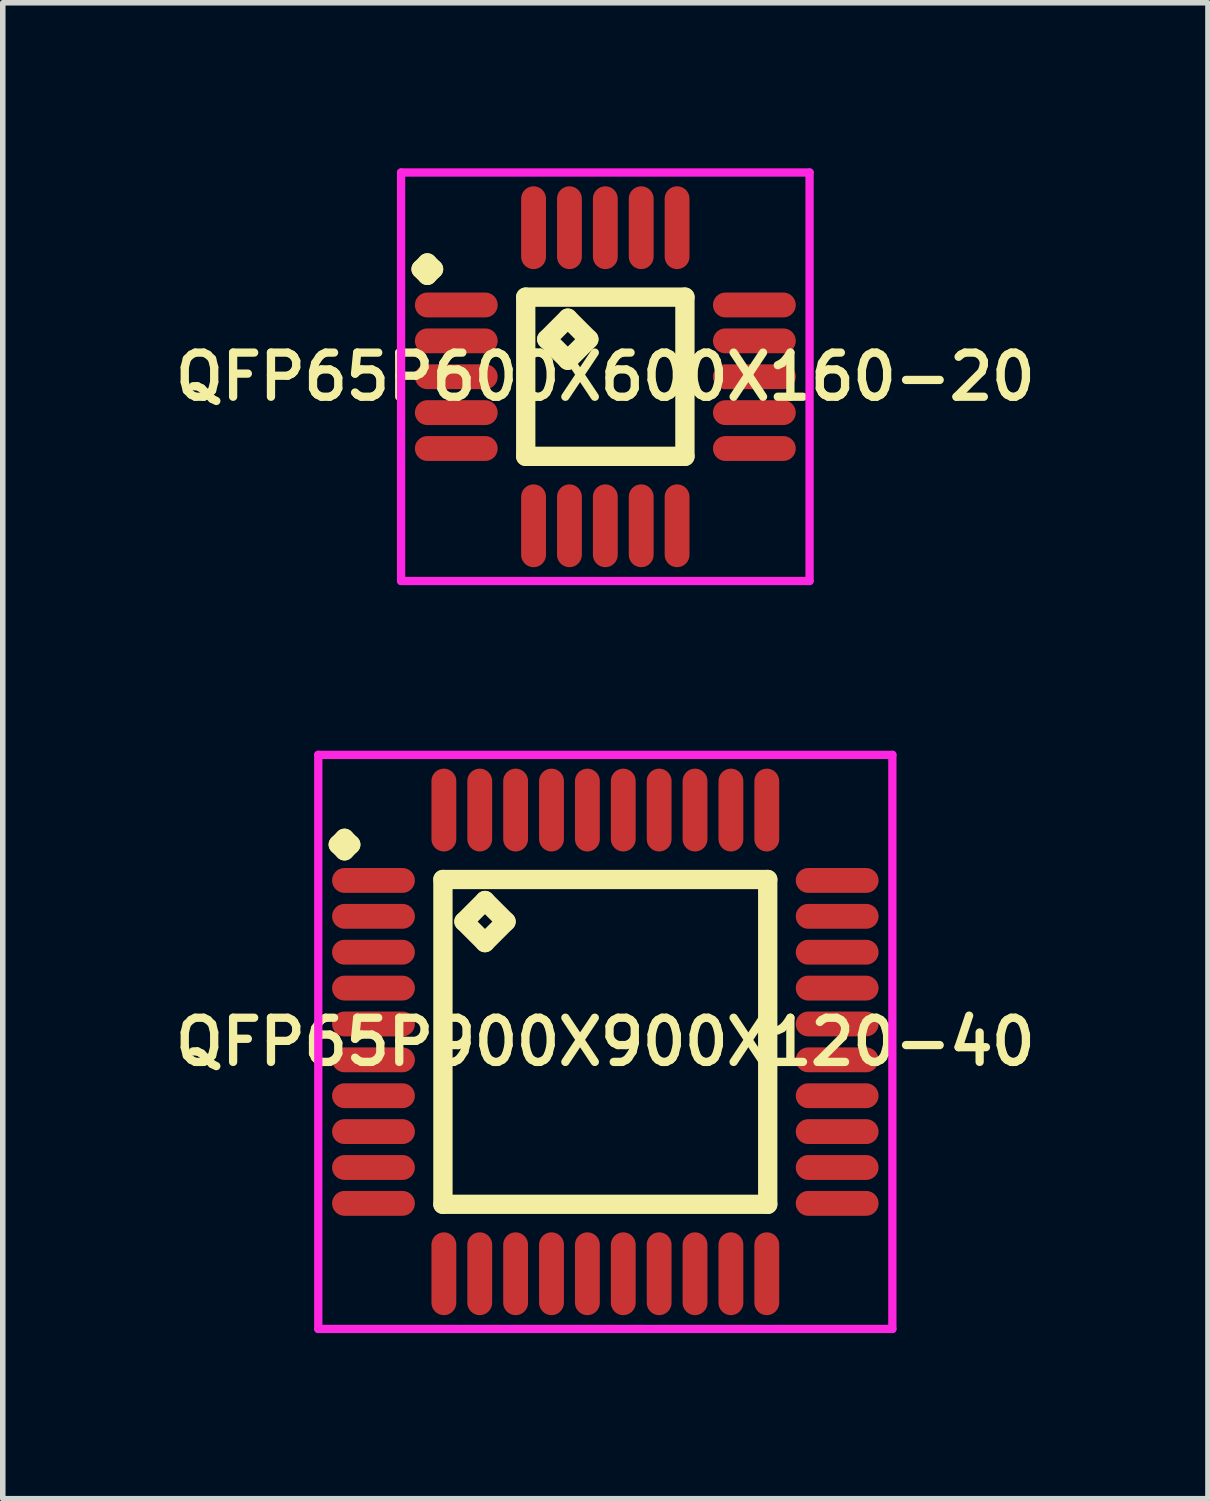
<source format=kicad_pcb>
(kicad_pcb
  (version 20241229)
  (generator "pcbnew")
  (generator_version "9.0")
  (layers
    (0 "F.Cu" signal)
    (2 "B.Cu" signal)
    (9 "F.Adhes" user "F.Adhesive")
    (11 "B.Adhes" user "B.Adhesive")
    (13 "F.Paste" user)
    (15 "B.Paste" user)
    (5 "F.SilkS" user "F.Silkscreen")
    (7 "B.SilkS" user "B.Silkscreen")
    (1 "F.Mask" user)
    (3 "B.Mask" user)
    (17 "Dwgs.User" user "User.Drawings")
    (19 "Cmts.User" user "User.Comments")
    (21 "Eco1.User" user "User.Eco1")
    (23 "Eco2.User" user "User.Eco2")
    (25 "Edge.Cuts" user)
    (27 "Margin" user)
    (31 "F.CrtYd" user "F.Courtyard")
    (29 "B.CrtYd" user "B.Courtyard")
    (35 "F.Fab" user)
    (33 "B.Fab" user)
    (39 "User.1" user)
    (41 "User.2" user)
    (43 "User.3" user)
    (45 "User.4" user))
  (footprint "QFP65P900X900X120-40"
    (layer "F.Cu")
    (at 7.916 15.825)
    (property "Reference" "QFP65P900X900X120-40" (at 0 0 0) (layer "F.SilkS") (effects (font (size 0.8 0.8) (thickness 0.15))))
    (attr smd)
    (fp_line (start -4.838 -3.575) (end -4.725 -3.688) (stroke (width 0.35) (type solid)) (layer "F.SilkS"))
    (fp_line (start -4.725 -3.688) (end -4.612 -3.575) (stroke (width 0.35) (type solid)) (layer "F.SilkS"))
    (fp_line (start -4.725 -3.462) (end -4.838 -3.575) (stroke (width 0.35) (type solid)) (layer "F.SilkS"))
    (fp_line (start -4.612 -3.575) (end -4.725 -3.462) (stroke (width 0.35) (type solid)) (layer "F.SilkS"))
    (fp_line (start -2.942 -2.942) (end -2.942 2.942) (stroke (width 0.35) (type solid)) (layer "F.SilkS"))
    (fp_line (start -2.942 2.942) (end 2.942 2.942) (stroke (width 0.35) (type solid)) (layer "F.SilkS"))
    (fp_line (start -2.561 -2.18) (end -2.18 -2.561) (stroke (width 0.35) (type solid)) (layer "F.SilkS"))
    (fp_line (start -2.18 -2.561) (end -1.799 -2.18) (stroke (width 0.35) (type solid)) (layer "F.SilkS"))
    (fp_line (start -2.18 -1.799) (end -2.561 -2.18) (stroke (width 0.35) (type solid)) (layer "F.SilkS"))
    (fp_line (start -1.799 -2.18) (end -2.18 -1.799) (stroke (width 0.35) (type solid)) (layer "F.SilkS"))
    (fp_line (start 2.942 -2.942) (end -2.942 -2.942) (stroke (width 0.35) (type solid)) (layer "F.SilkS"))
    (fp_line (start 2.942 2.942) (end 2.942 -2.942) (stroke (width 0.35) (type solid)) (layer "F.SilkS"))
    (fp_line (start -5.2 -5.2) (end 5.2 -5.2) (stroke (width 0.15) (type solid)) (layer "F.CrtYd"))
    (fp_line (start -5.2 5.2) (end -5.2 -5.2) (stroke (width 0.15) (type solid)) (layer "F.CrtYd"))
    (fp_line (start 5.2 -5.2) (end 5.2 5.2) (stroke (width 0.15) (type solid)) (layer "F.CrtYd"))
    (fp_line (start 5.2 5.2) (end -5.2 5.2) (stroke (width 0.15) (type solid)) (layer "F.CrtYd"))
    (pad "1" smd oval (at -4.2 -2.925) (size 1.5 0.45) (layers "F.Cu" "F.Mask" "F.Paste"))
    (pad "2" smd oval (at -4.2 -2.275) (size 1.5 0.45) (layers "F.Cu" "F.Mask" "F.Paste"))
    (pad "3" smd oval (at -4.2 -1.625) (size 1.5 0.45) (layers "F.Cu" "F.Mask" "F.Paste"))
    (pad "4" smd oval (at -4.2 -0.975) (size 1.5 0.45) (layers "F.Cu" "F.Mask" "F.Paste"))
    (pad "5" smd oval (at -4.2 -0.325) (size 1.5 0.45) (layers "F.Cu" "F.Mask" "F.Paste"))
    (pad "6" smd oval (at -4.2 0.325) (size 1.5 0.45) (layers "F.Cu" "F.Mask" "F.Paste"))
    (pad "7" smd oval (at -4.2 0.975) (size 1.5 0.45) (layers "F.Cu" "F.Mask" "F.Paste"))
    (pad "8" smd oval (at -4.2 1.625) (size 1.5 0.45) (layers "F.Cu" "F.Mask" "F.Paste"))
    (pad "9" smd oval (at -4.2 2.275) (size 1.5 0.45) (layers "F.Cu" "F.Mask" "F.Paste"))
    (pad "10" smd oval (at -4.2 2.925) (size 1.5 0.45) (layers "F.Cu" "F.Mask" "F.Paste"))
    (pad "11" smd oval (at -2.925 4.2) (size 0.45 1.5) (layers "F.Cu" "F.Mask" "F.Paste"))
    (pad "12" smd oval (at -2.275 4.2) (size 0.45 1.5) (layers "F.Cu" "F.Mask" "F.Paste"))
    (pad "13" smd oval (at -1.625 4.2) (size 0.45 1.5) (layers "F.Cu" "F.Mask" "F.Paste"))
    (pad "14" smd oval (at -0.975 4.2) (size 0.45 1.5) (layers "F.Cu" "F.Mask" "F.Paste"))
    (pad "15" smd oval (at -0.325 4.2) (size 0.45 1.5) (layers "F.Cu" "F.Mask" "F.Paste"))
    (pad "16" smd oval (at 0.325 4.2) (size 0.45 1.5) (layers "F.Cu" "F.Mask" "F.Paste"))
    (pad "17" smd oval (at 0.975 4.2) (size 0.45 1.5) (layers "F.Cu" "F.Mask" "F.Paste"))
    (pad "18" smd oval (at 1.625 4.2) (size 0.45 1.5) (layers "F.Cu" "F.Mask" "F.Paste"))
    (pad "19" smd oval (at 2.275 4.2) (size 0.45 1.5) (layers "F.Cu" "F.Mask" "F.Paste"))
    (pad "20" smd oval (at 2.925 4.2) (size 0.45 1.5) (layers "F.Cu" "F.Mask" "F.Paste"))
    (pad "21" smd oval (at 4.2 2.925) (size 1.5 0.45) (layers "F.Cu" "F.Mask" "F.Paste"))
    (pad "22" smd oval (at 4.2 2.275) (size 1.5 0.45) (layers "F.Cu" "F.Mask" "F.Paste"))
    (pad "23" smd oval (at 4.2 1.625) (size 1.5 0.45) (layers "F.Cu" "F.Mask" "F.Paste"))
    (pad "24" smd oval (at 4.2 0.975) (size 1.5 0.45) (layers "F.Cu" "F.Mask" "F.Paste"))
    (pad "25" smd oval (at 4.2 0.325) (size 1.5 0.45) (layers "F.Cu" "F.Mask" "F.Paste"))
    (pad "26" smd oval (at 4.2 -0.325) (size 1.5 0.45) (layers "F.Cu" "F.Mask" "F.Paste"))
    (pad "27" smd oval (at 4.2 -0.975) (size 1.5 0.45) (layers "F.Cu" "F.Mask" "F.Paste"))
    (pad "28" smd oval (at 4.2 -1.625) (size 1.5 0.45) (layers "F.Cu" "F.Mask" "F.Paste"))
    (pad "29" smd oval (at 4.2 -2.275) (size 1.5 0.45) (layers "F.Cu" "F.Mask" "F.Paste"))
    (pad "30" smd oval (at 4.2 -2.925) (size 1.5 0.45) (layers "F.Cu" "F.Mask" "F.Paste"))
    (pad "31" smd oval (at 2.925 -4.2) (size 0.45 1.5) (layers "F.Cu" "F.Mask" "F.Paste"))
    (pad "32" smd oval (at 2.275 -4.2) (size 0.45 1.5) (layers "F.Cu" "F.Mask" "F.Paste"))
    (pad "33" smd oval (at 1.625 -4.2) (size 0.45 1.5) (layers "F.Cu" "F.Mask" "F.Paste"))
    (pad "34" smd oval (at 0.975 -4.2) (size 0.45 1.5) (layers "F.Cu" "F.Mask" "F.Paste"))
    (pad "35" smd oval (at 0.325 -4.2) (size 0.45 1.5) (layers "F.Cu" "F.Mask" "F.Paste"))
    (pad "36" smd oval (at -0.325 -4.2) (size 0.45 1.5) (layers "F.Cu" "F.Mask" "F.Paste"))
    (pad "37" smd oval (at -0.975 -4.2) (size 0.45 1.5) (layers "F.Cu" "F.Mask" "F.Paste"))
    (pad "38" smd oval (at -1.625 -4.2) (size 0.45 1.5) (layers "F.Cu" "F.Mask" "F.Paste"))
    (pad "39" smd oval (at -2.275 -4.2) (size 0.45 1.5) (layers "F.Cu" "F.Mask" "F.Paste"))
    (pad "40" smd oval (at -2.925 -4.2) (size 0.45 1.5) (layers "F.Cu" "F.Mask" "F.Paste")))
  (footprint "QFP65P600X600X160-20"
    (layer "F.Cu")
    (at 7.916 3.775)
    (property "Reference" "QFP65P600X600X160-20" (at 0 0 0) (layer "F.SilkS") (effects (font (size 0.8 0.8) (thickness 0.15))))
    (attr smd)
    (fp_line (start -3.337 -1.95) (end -3.225 -2.062) (stroke (width 0.35) (type solid)) (layer "F.SilkS"))
    (fp_line (start -3.225 -2.062) (end -3.112 -1.95) (stroke (width 0.35) (type solid)) (layer "F.SilkS"))
    (fp_line (start -3.225 -1.837) (end -3.337 -1.95) (stroke (width 0.35) (type solid)) (layer "F.SilkS"))
    (fp_line (start -3.112 -1.95) (end -3.225 -1.837) (stroke (width 0.35) (type solid)) (layer "F.SilkS"))
    (fp_line (start -1.442 -1.442) (end -1.442 1.442) (stroke (width 0.35) (type solid)) (layer "F.SilkS"))
    (fp_line (start -1.442 1.442) (end 1.442 1.442) (stroke (width 0.35) (type solid)) (layer "F.SilkS"))
    (fp_line (start -1.061 -0.68) (end -0.68 -1.061) (stroke (width 0.35) (type solid)) (layer "F.SilkS"))
    (fp_line (start -0.68 -1.061) (end -0.299 -0.68) (stroke (width 0.35) (type solid)) (layer "F.SilkS"))
    (fp_line (start -0.68 -0.299) (end -1.061 -0.68) (stroke (width 0.35) (type solid)) (layer "F.SilkS"))
    (fp_line (start -0.299 -0.68) (end -0.68 -0.299) (stroke (width 0.35) (type solid)) (layer "F.SilkS"))
    (fp_line (start 1.442 -1.442) (end -1.442 -1.442) (stroke (width 0.35) (type solid)) (layer "F.SilkS"))
    (fp_line (start 1.442 1.442) (end 1.442 -1.442) (stroke (width 0.35) (type solid)) (layer "F.SilkS"))
    (fp_line (start -3.7 -3.7) (end 3.7 -3.7) (stroke (width 0.15) (type solid)) (layer "F.CrtYd"))
    (fp_line (start -3.7 3.7) (end -3.7 -3.7) (stroke (width 0.15) (type solid)) (layer "F.CrtYd"))
    (fp_line (start 3.7 -3.7) (end 3.7 3.7) (stroke (width 0.15) (type solid)) (layer "F.CrtYd"))
    (fp_line (start 3.7 3.7) (end -3.7 3.7) (stroke (width 0.15) (type solid)) (layer "F.CrtYd"))
    (pad "1" smd oval (at -2.7 -1.3) (size 1.5 0.45) (layers "F.Cu" "F.Mask" "F.Paste"))
    (pad "2" smd oval (at -2.7 -0.65) (size 1.5 0.45) (layers "F.Cu" "F.Mask" "F.Paste"))
    (pad "3" smd oval (at -2.7 0) (size 1.5 0.45) (layers "F.Cu" "F.Mask" "F.Paste"))
    (pad "4" smd oval (at -2.7 0.65) (size 1.5 0.45) (layers "F.Cu" "F.Mask" "F.Paste"))
    (pad "5" smd oval (at -2.7 1.3) (size 1.5 0.45) (layers "F.Cu" "F.Mask" "F.Paste"))
    (pad "6" smd oval (at -1.3 2.7) (size 0.45 1.5) (layers "F.Cu" "F.Mask" "F.Paste"))
    (pad "7" smd oval (at -0.65 2.7) (size 0.45 1.5) (layers "F.Cu" "F.Mask" "F.Paste"))
    (pad "8" smd oval (at 0 2.7) (size 0.45 1.5) (layers "F.Cu" "F.Mask" "F.Paste"))
    (pad "9" smd oval (at 0.65 2.7) (size 0.45 1.5) (layers "F.Cu" "F.Mask" "F.Paste"))
    (pad "10" smd oval (at 1.3 2.7) (size 0.45 1.5) (layers "F.Cu" "F.Mask" "F.Paste"))
    (pad "11" smd oval (at 2.7 1.3) (size 1.5 0.45) (layers "F.Cu" "F.Mask" "F.Paste"))
    (pad "12" smd oval (at 2.7 0.65) (size 1.5 0.45) (layers "F.Cu" "F.Mask" "F.Paste"))
    (pad "13" smd oval (at 2.7 0) (size 1.5 0.45) (layers "F.Cu" "F.Mask" "F.Paste"))
    (pad "14" smd oval (at 2.7 -0.65) (size 1.5 0.45) (layers "F.Cu" "F.Mask" "F.Paste"))
    (pad "15" smd oval (at 2.7 -1.3) (size 1.5 0.45) (layers "F.Cu" "F.Mask" "F.Paste"))
    (pad "16" smd oval (at 1.3 -2.7) (size 0.45 1.5) (layers "F.Cu" "F.Mask" "F.Paste"))
    (pad "17" smd oval (at 0.65 -2.7) (size 0.45 1.5) (layers "F.Cu" "F.Mask" "F.Paste"))
    (pad "18" smd oval (at 0 -2.7) (size 0.45 1.5) (layers "F.Cu" "F.Mask" "F.Paste"))
    (pad "19" smd oval (at -0.65 -2.7) (size 0.45 1.5) (layers "F.Cu" "F.Mask" "F.Paste"))
    (pad "20" smd oval (at -1.3 -2.7) (size 0.45 1.5) (layers "F.Cu" "F.Mask" "F.Paste")))
  (gr_rect
    (start -3 -3)
    (end 18.833 24.1)
    (stroke (width 0.1) (type default))
    (fill no)
    (layer "Edge.Cuts")))
</source>
